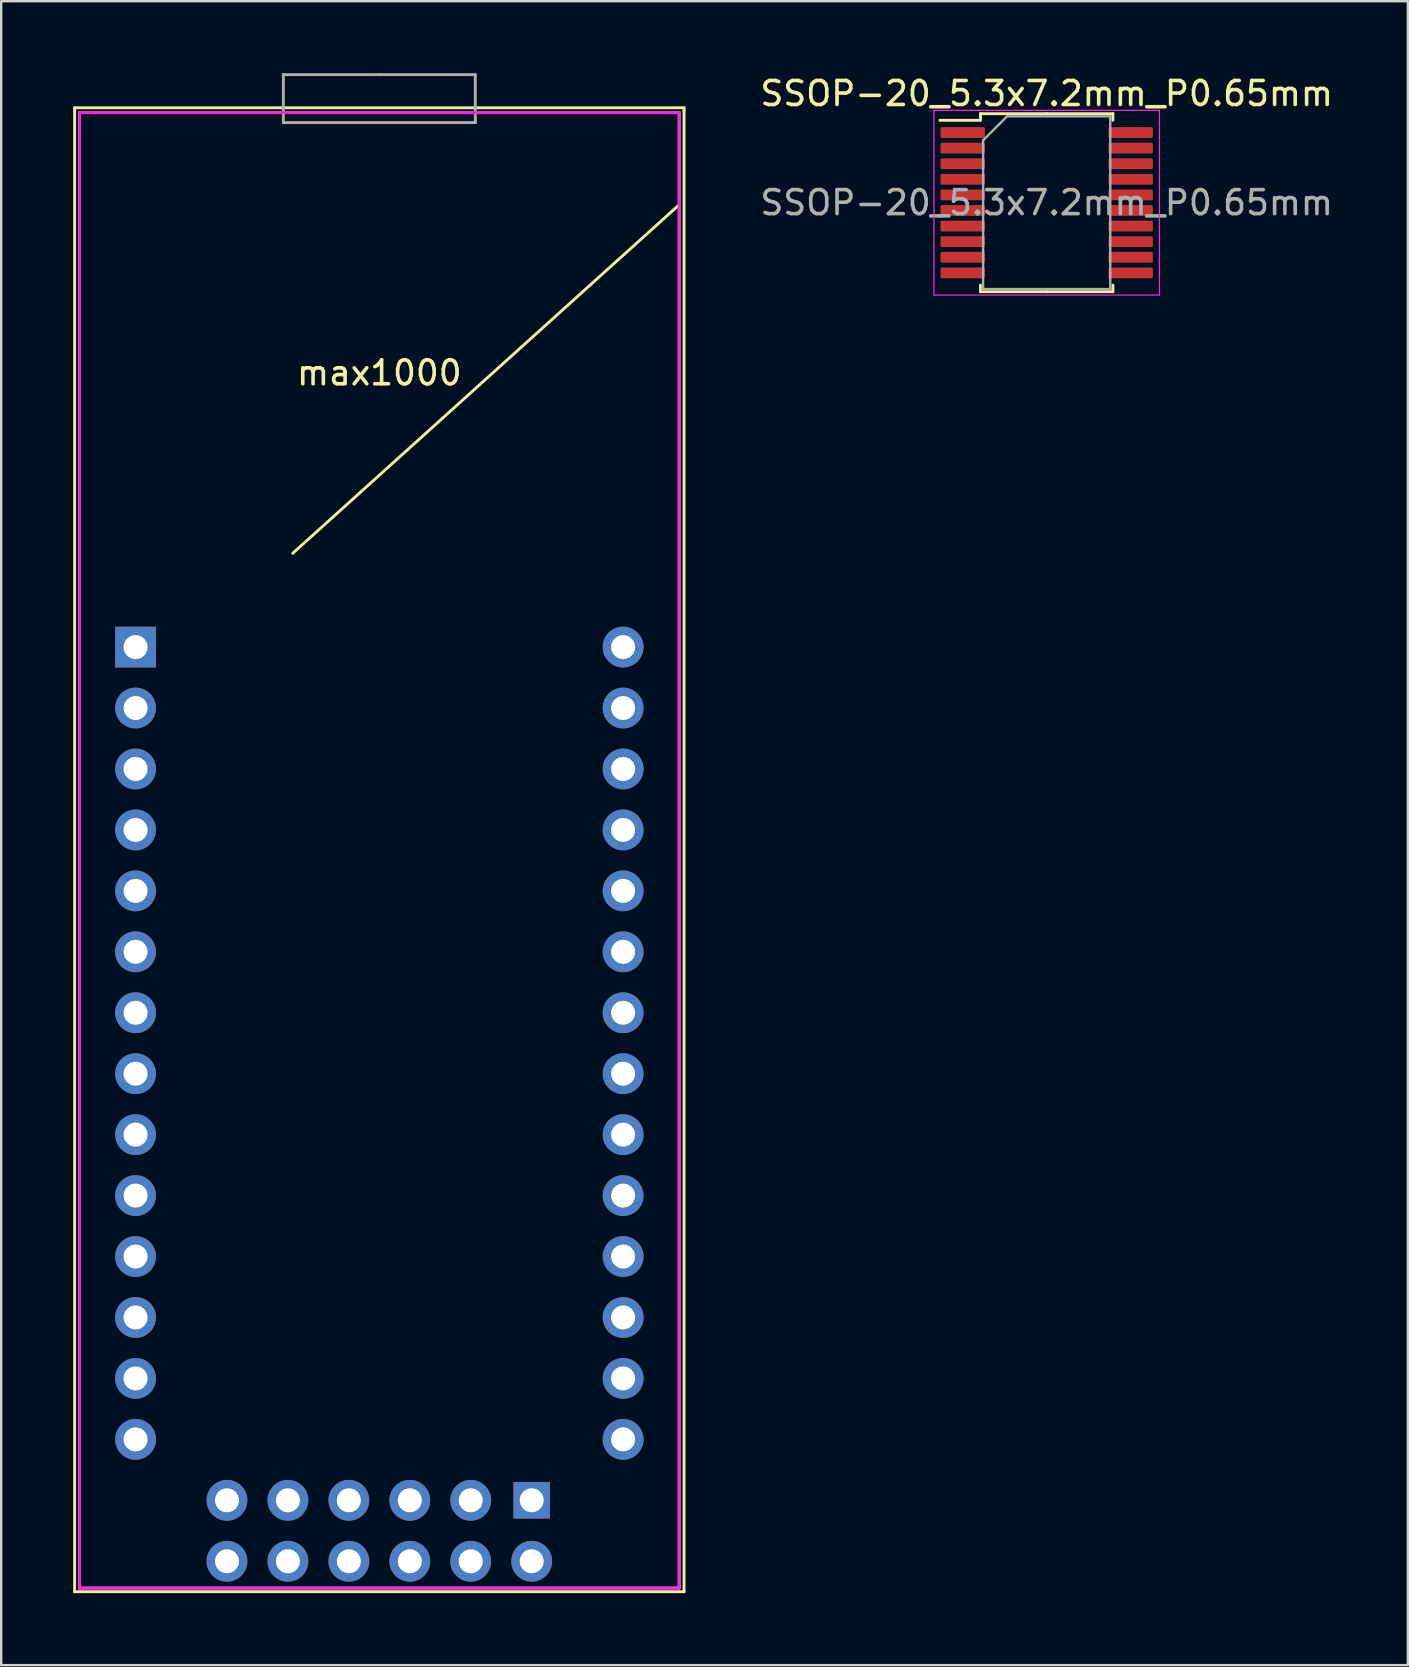
<source format=kicad_pcb>
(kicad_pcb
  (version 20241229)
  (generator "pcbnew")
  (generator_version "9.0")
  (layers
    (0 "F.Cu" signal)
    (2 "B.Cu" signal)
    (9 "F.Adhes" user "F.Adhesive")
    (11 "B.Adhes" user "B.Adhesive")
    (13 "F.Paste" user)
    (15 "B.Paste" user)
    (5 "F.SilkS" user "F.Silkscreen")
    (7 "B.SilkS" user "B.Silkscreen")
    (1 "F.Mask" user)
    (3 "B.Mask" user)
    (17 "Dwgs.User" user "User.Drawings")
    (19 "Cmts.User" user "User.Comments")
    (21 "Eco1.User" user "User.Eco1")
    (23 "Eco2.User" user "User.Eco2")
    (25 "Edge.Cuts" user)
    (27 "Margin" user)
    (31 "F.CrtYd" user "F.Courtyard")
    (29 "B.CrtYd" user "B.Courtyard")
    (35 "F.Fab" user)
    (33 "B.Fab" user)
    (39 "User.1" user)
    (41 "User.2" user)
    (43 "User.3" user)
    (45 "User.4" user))
  (footprint "SSOP-20_5.3x7.2mm_P0.65mm"
    (layer "F.Cu")
    (at 40.574 5.398)
    (property "Reference" "SSOP-20_5.3x7.2mm_P0.65mm" (at 0 -4.55 0) (layer "F.SilkS") (effects (font (size 1 1) (thickness 0.15))))
    (attr smd)
    (fp_line (start -2.76 -3.71) (end -2.76 -3.435) (stroke (width 0.12) (type solid)) (layer "F.SilkS"))
    (fp_line (start -2.76 -3.435) (end -4.45 -3.435) (stroke (width 0.12) (type solid)) (layer "F.SilkS"))
    (fp_line (start -2.76 3.71) (end -2.76 3.435) (stroke (width 0.12) (type solid)) (layer "F.SilkS"))
    (fp_line (start 0 -3.71) (end -2.76 -3.71) (stroke (width 0.12) (type solid)) (layer "F.SilkS"))
    (fp_line (start 0 -3.71) (end 2.76 -3.71) (stroke (width 0.12) (type solid)) (layer "F.SilkS"))
    (fp_line (start 0 3.71) (end -2.76 3.71) (stroke (width 0.12) (type solid)) (layer "F.SilkS"))
    (fp_line (start 0 3.71) (end 2.76 3.71) (stroke (width 0.12) (type solid)) (layer "F.SilkS"))
    (fp_line (start 2.76 -3.71) (end 2.76 -3.435) (stroke (width 0.12) (type solid)) (layer "F.SilkS"))
    (fp_line (start 2.76 3.71) (end 2.76 3.435) (stroke (width 0.12) (type solid)) (layer "F.SilkS"))
    (fp_line (start -4.7 -3.85) (end -4.7 3.85) (stroke (width 0.05) (type solid)) (layer "F.CrtYd"))
    (fp_line (start -4.7 3.85) (end 4.7 3.85) (stroke (width 0.05) (type solid)) (layer "F.CrtYd"))
    (fp_line (start 4.7 -3.85) (end -4.7 -3.85) (stroke (width 0.05) (type solid)) (layer "F.CrtYd"))
    (fp_line (start 4.7 3.85) (end 4.7 -3.85) (stroke (width 0.05) (type solid)) (layer "F.CrtYd"))
    (fp_line (start -2.65 -2.6) (end -1.65 -3.6) (stroke (width 0.1) (type solid)) (layer "F.Fab"))
    (fp_line (start -2.65 3.6) (end -2.65 -2.6) (stroke (width 0.1) (type solid)) (layer "F.Fab"))
    (fp_line (start -1.65 -3.6) (end 2.65 -3.6) (stroke (width 0.1) (type solid)) (layer "F.Fab"))
    (fp_line (start 2.65 -3.6) (end 2.65 3.6) (stroke (width 0.1) (type solid)) (layer "F.Fab"))
    (fp_line (start 2.65 3.6) (end -2.65 3.6) (stroke (width 0.1) (type solid)) (layer "F.Fab"))
    (fp_text user "${REFERENCE}" (at 0 0 0) (layer "F.Fab") (effects (font (size 1 1) (thickness 0.15))))
    (pad "1" smd roundrect (at -3.5 -2.925) (size 1.85 0.45) (layers "F.Cu" "F.Mask" "F.Paste") (roundrect_rratio 0.111))
    (pad "2" smd roundrect (at -3.5 -2.275) (size 1.85 0.45) (layers "F.Cu" "F.Mask" "F.Paste") (roundrect_rratio 0.111))
    (pad "3" smd roundrect (at -3.5 -1.625) (size 1.85 0.45) (layers "F.Cu" "F.Mask" "F.Paste") (roundrect_rratio 0.111))
    (pad "4" smd roundrect (at -3.5 -0.975) (size 1.85 0.45) (layers "F.Cu" "F.Mask" "F.Paste") (roundrect_rratio 0.111))
    (pad "5" smd roundrect (at -3.5 -0.325) (size 1.85 0.45) (layers "F.Cu" "F.Mask" "F.Paste") (roundrect_rratio 0.111))
    (pad "6" smd roundrect (at -3.5 0.325) (size 1.85 0.45) (layers "F.Cu" "F.Mask" "F.Paste") (roundrect_rratio 0.111))
    (pad "7" smd roundrect (at -3.5 0.975) (size 1.85 0.45) (layers "F.Cu" "F.Mask" "F.Paste") (roundrect_rratio 0.111))
    (pad "8" smd roundrect (at -3.5 1.625) (size 1.85 0.45) (layers "F.Cu" "F.Mask" "F.Paste") (roundrect_rratio 0.111))
    (pad "9" smd roundrect (at -3.5 2.275) (size 1.85 0.45) (layers "F.Cu" "F.Mask" "F.Paste") (roundrect_rratio 0.111))
    (pad "10" smd roundrect (at -3.5 2.925) (size 1.85 0.45) (layers "F.Cu" "F.Mask" "F.Paste") (roundrect_rratio 0.111))
    (pad "11" smd roundrect (at 3.5 2.925) (size 1.85 0.45) (layers "F.Cu" "F.Mask" "F.Paste") (roundrect_rratio 0.111))
    (pad "12" smd roundrect (at 3.5 2.275) (size 1.85 0.45) (layers "F.Cu" "F.Mask" "F.Paste") (roundrect_rratio 0.111))
    (pad "13" smd roundrect (at 3.5 1.625) (size 1.85 0.45) (layers "F.Cu" "F.Mask" "F.Paste") (roundrect_rratio 0.111))
    (pad "14" smd roundrect (at 3.5 0.975) (size 1.85 0.45) (layers "F.Cu" "F.Mask" "F.Paste") (roundrect_rratio 0.111))
    (pad "15" smd roundrect (at 3.5 0.325) (size 1.85 0.45) (layers "F.Cu" "F.Mask" "F.Paste") (roundrect_rratio 0.111))
    (pad "16" smd roundrect (at 3.5 -0.325) (size 1.85 0.45) (layers "F.Cu" "F.Mask" "F.Paste") (roundrect_rratio 0.111))
    (pad "17" smd roundrect (at 3.5 -0.975) (size 1.85 0.45) (layers "F.Cu" "F.Mask" "F.Paste") (roundrect_rratio 0.111))
    (pad "18" smd roundrect (at 3.5 -1.625) (size 1.85 0.45) (layers "F.Cu" "F.Mask" "F.Paste") (roundrect_rratio 0.111))
    (pad "19" smd roundrect (at 3.5 -2.275) (size 1.85 0.45) (layers "F.Cu" "F.Mask" "F.Paste") (roundrect_rratio 0.111))
    (pad "20" smd roundrect (at 3.5 -2.925) (size 1.85 0.45) (layers "F.Cu" "F.Mask" "F.Paste") (roundrect_rratio 0.111)))
  (footprint "max1000"
    (layer "F.Cu")
    (at 12.76 1.06)
    (property "Reference" "max1000" (at 0 11.43 0) (unlocked yes) (layer "F.SilkS") (effects (font (size 1 1) (thickness 0.15))))
    (attr through_hole)
    (fp_line (start -12.7 0.381) (end -12.7 62.23) (stroke (width 0.12) (type solid)) (layer "F.SilkS"))
    (fp_line (start -12.7 62.23) (end 12.7 62.23) (stroke (width 0.12) (type solid)) (layer "F.SilkS"))
    (fp_line (start 12.446 4.47) (end -3.607 18.948) (stroke (width 0.12) (type solid)) (layer "F.SilkS"))
    (fp_line (start 12.7 0.381) (end -12.7 0.381) (stroke (width 0.12) (type solid)) (layer "F.SilkS"))
    (fp_line (start 12.7 0.508) (end 12.7 0.381) (stroke (width 0.12) (type solid)) (layer "F.SilkS"))
    (fp_line (start 12.7 62.23) (end 12.7 0.508) (stroke (width 0.12) (type solid)) (layer "F.SilkS"))
    (fp_line (start -12.497 0.584) (end 12.497 0.584) (stroke (width 0.12) (type solid)) (layer "F.CrtYd"))
    (fp_line (start -12.497 62.078) (end -12.497 0.584) (stroke (width 0.12) (type solid)) (layer "F.CrtYd"))
    (fp_line (start 12.497 0.584) (end 12.497 62.078) (stroke (width 0.12) (type solid)) (layer "F.CrtYd"))
    (fp_line (start 12.497 62.078) (end -12.497 62.078) (stroke (width 0.12) (type solid)) (layer "F.CrtYd"))
    (fp_line (start -12.497 0.584) (end 12.497 0.584) (stroke (width 0.12) (type solid)) (layer "F.Fab"))
    (fp_line (start -12.497 62.078) (end -12.497 0.584) (stroke (width 0.12) (type solid)) (layer "F.Fab"))
    (fp_line (start -4 -1) (end 0 -1) (stroke (width 0.12) (type solid)) (layer "F.Fab"))
    (fp_line (start -4 1) (end -4 -1) (stroke (width 0.12) (type solid)) (layer "F.Fab"))
    (fp_line (start 0 -1) (end 4 -1) (stroke (width 0.12) (type solid)) (layer "F.Fab"))
    (fp_line (start 4 -1) (end 4 1) (stroke (width 0.12) (type solid)) (layer "F.Fab"))
    (fp_line (start 4 1) (end -4 1) (stroke (width 0.12) (type solid)) (layer "F.Fab"))
    (fp_line (start 12.497 0.584) (end 12.497 62.078) (stroke (width 0.12) (type solid)) (layer "F.Fab"))
    (fp_line (start 12.497 62.078) (end -12.497 62.078) (stroke (width 0.12) (type solid)) (layer "F.Fab"))
    (pad "1" thru_hole rect (at -10.16 22.86) (size 1.7 1.7) (drill 1) (layers "*.Cu" "*.Mask"))
    (pad "2" thru_hole circle (at -10.16 25.4) (size 1.7 1.7) (drill 1) (layers "*.Cu" "*.Mask"))
    (pad "3" thru_hole circle (at -10.16 27.94) (size 1.7 1.7) (drill 1) (layers "*.Cu" "*.Mask"))
    (pad "4" thru_hole circle (at -10.16 30.48) (size 1.7 1.7) (drill 1) (layers "*.Cu" "*.Mask"))
    (pad "5" thru_hole circle (at -10.16 33.02) (size 1.7 1.7) (drill 1) (layers "*.Cu" "*.Mask"))
    (pad "6" thru_hole circle (at -10.16 35.56) (size 1.7 1.7) (drill 1) (layers "*.Cu" "*.Mask"))
    (pad "7" thru_hole circle (at -10.16 38.1) (size 1.7 1.7) (drill 1) (layers "*.Cu" "*.Mask"))
    (pad "8" thru_hole circle (at -10.16 40.64) (size 1.7 1.7) (drill 1) (layers "*.Cu" "*.Mask"))
    (pad "9" thru_hole circle (at -10.16 43.18) (size 1.7 1.7) (drill 1) (layers "*.Cu" "*.Mask"))
    (pad "10" thru_hole circle (at -10.16 45.72) (size 1.7 1.7) (drill 1) (layers "*.Cu" "*.Mask"))
    (pad "11" thru_hole circle (at -10.16 48.26) (size 1.7 1.7) (drill 1) (layers "*.Cu" "*.Mask"))
    (pad "12" thru_hole circle (at -10.16 50.8) (size 1.7 1.7) (drill 1) (layers "*.Cu" "*.Mask"))
    (pad "13" thru_hole circle (at -10.16 53.34) (size 1.7 1.7) (drill 1) (layers "*.Cu" "*.Mask"))
    (pad "14" thru_hole circle (at -10.16 55.88) (size 1.7 1.7) (drill 1) (layers "*.Cu" "*.Mask"))
    (pad "15" thru_hole circle (at 10.16 55.88) (size 1.7 1.7) (drill 1) (layers "*.Cu" "*.Mask"))
    (pad "16" thru_hole circle (at 10.16 53.34) (size 1.7 1.7) (drill 1) (layers "*.Cu" "*.Mask"))
    (pad "17" thru_hole circle (at 10.16 50.8) (size 1.7 1.7) (drill 1) (layers "*.Cu" "*.Mask"))
    (pad "18" thru_hole circle (at 10.16 48.26) (size 1.7 1.7) (drill 1) (layers "*.Cu" "*.Mask"))
    (pad "19" thru_hole circle (at 10.16 45.72) (size 1.7 1.7) (drill 1) (layers "*.Cu" "*.Mask"))
    (pad "20" thru_hole circle (at 10.16 43.18) (size 1.7 1.7) (drill 1) (layers "*.Cu" "*.Mask"))
    (pad "21" thru_hole circle (at 10.16 40.64) (size 1.7 1.7) (drill 1) (layers "*.Cu" "*.Mask"))
    (pad "22" thru_hole circle (at 10.16 38.1) (size 1.7 1.7) (drill 1) (layers "*.Cu" "*.Mask"))
    (pad "23" thru_hole circle (at 10.16 35.56) (size 1.7 1.7) (drill 1) (layers "*.Cu" "*.Mask"))
    (pad "24" thru_hole circle (at 10.16 33.02) (size 1.7 1.7) (drill 1) (layers "*.Cu" "*.Mask"))
    (pad "25" thru_hole circle (at 10.16 30.48) (size 1.7 1.7) (drill 1) (layers "*.Cu" "*.Mask"))
    (pad "26" thru_hole circle (at 10.16 27.94) (size 1.7 1.7) (drill 1) (layers "*.Cu" "*.Mask"))
    (pad "27" thru_hole circle (at 10.16 25.4) (size 1.7 1.7) (drill 1) (layers "*.Cu" "*.Mask"))
    (pad "28" thru_hole circle (at 10.16 22.86) (size 1.7 1.7) (drill 1) (layers "*.Cu" "*.Mask"))
    (pad "29" thru_hole rect (at 6.35 58.42) (size 1.524 1.524) (drill 1) (layers "*.Cu" "*.Mask"))
    (pad "30" thru_hole circle (at 3.81 58.42) (size 1.7 1.7) (drill 1) (layers "*.Cu" "*.Mask"))
    (pad "31" thru_hole circle (at 1.27 58.42) (size 1.7 1.7) (drill 1) (layers "*.Cu" "*.Mask"))
    (pad "32" thru_hole circle (at -1.27 58.42) (size 1.7 1.7) (drill 1) (layers "*.Cu" "*.Mask"))
    (pad "33" thru_hole circle (at -3.81 58.42) (size 1.7 1.7) (drill 1) (layers "*.Cu" "*.Mask"))
    (pad "34" thru_hole circle (at -6.35 58.42) (size 1.7 1.7) (drill 1) (layers "*.Cu" "*.Mask"))
    (pad "35" thru_hole circle (at 6.35 60.96) (size 1.7 1.7) (drill 1) (layers "*.Cu" "*.Mask"))
    (pad "36" thru_hole circle (at 3.81 60.96) (size 1.7 1.7) (drill 1) (layers "*.Cu" "*.Mask"))
    (pad "37" thru_hole circle (at 1.27 60.96) (size 1.7 1.7) (drill 1) (layers "*.Cu" "*.Mask"))
    (pad "38" thru_hole circle (at -1.27 60.96) (size 1.7 1.7) (drill 1) (layers "*.Cu" "*.Mask"))
    (pad "39" thru_hole circle (at -3.81 60.96) (size 1.7 1.7) (drill 1) (layers "*.Cu" "*.Mask"))
    (pad "40" thru_hole circle (at -6.35 60.96) (size 1.7 1.7) (drill 1) (layers "*.Cu" "*.Mask")))
  (gr_rect
    (start -3 -3)
    (end 55.627 66.35)
    (stroke (width 0.1) (type default))
    (fill no)
    (layer "Edge.Cuts")))
</source>
